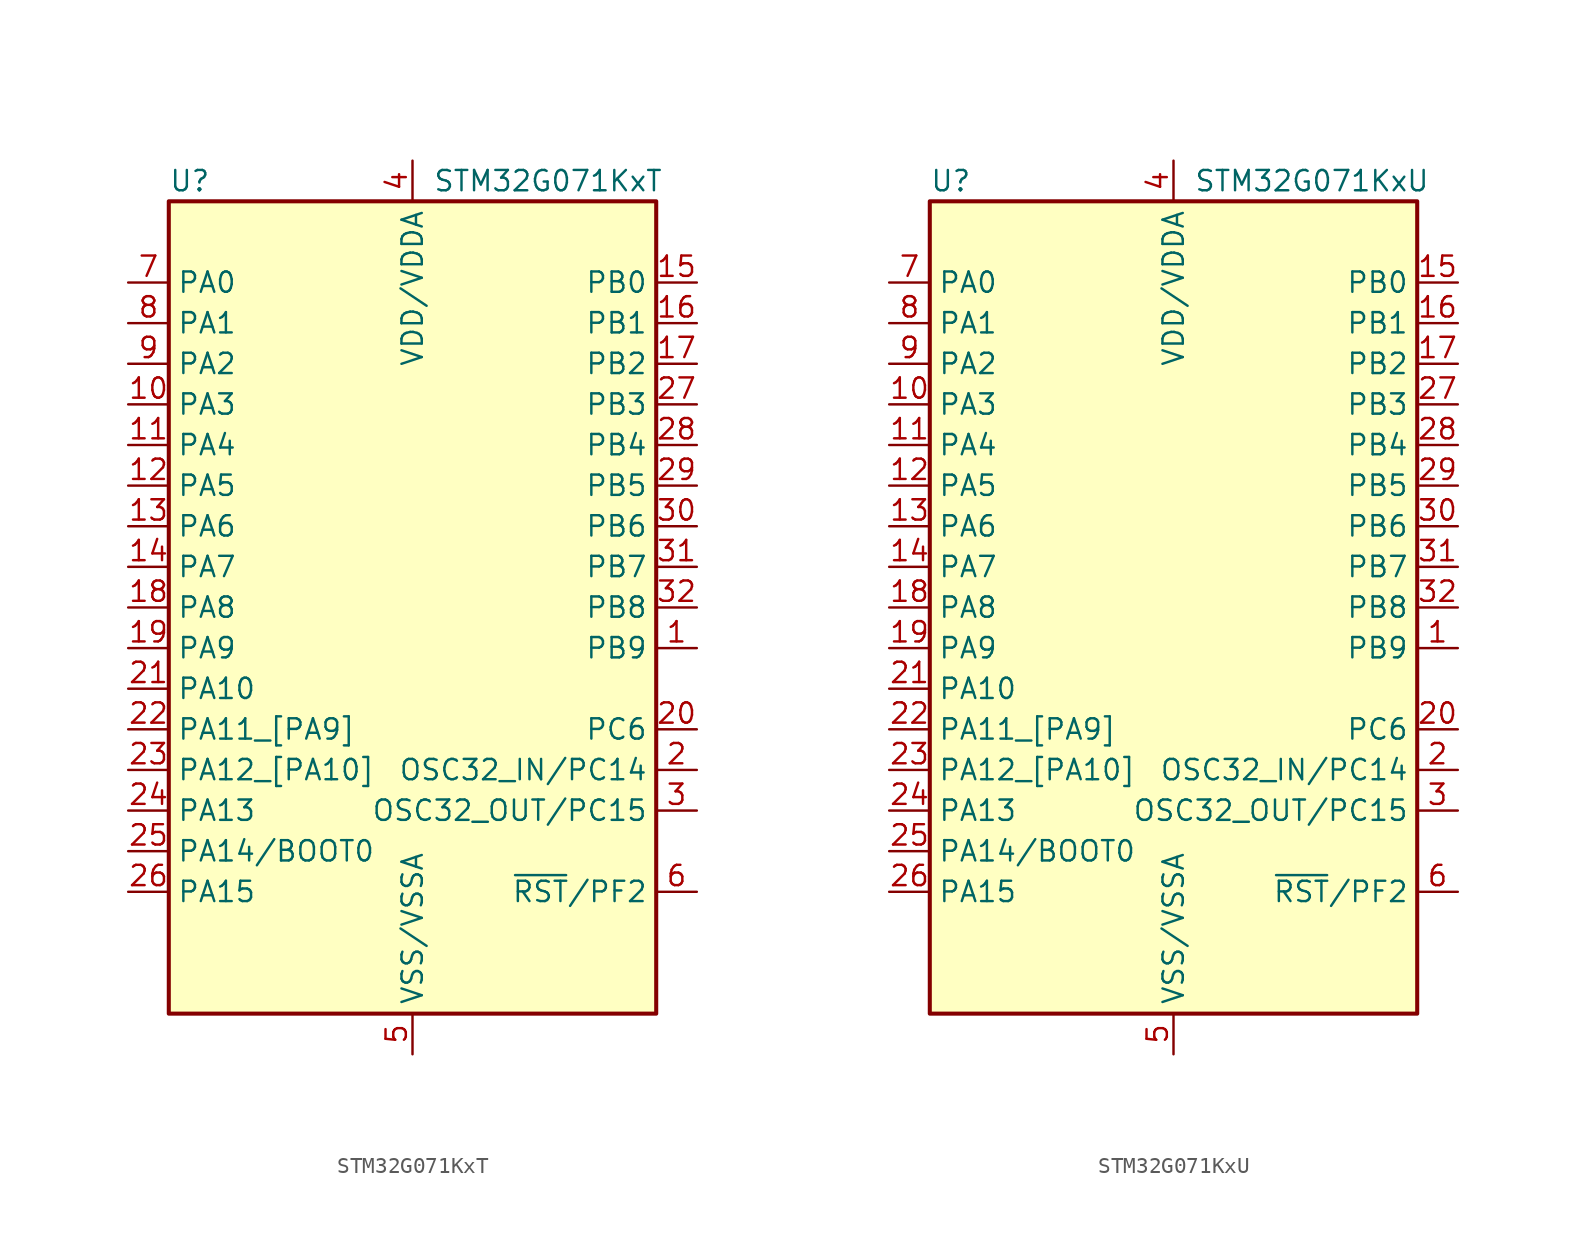
<source format=kicad_sym>
(kicad_symbol_lib
  (version 20211014)
  (generator kicad_symbol_editor)
  (symbol "STM32G071KxT"
    (property "Reference" "U"
      (at -15.24 26.67 0)
      (effects (font (size 1.27 1.27)) (justify left)))
    (property "Value" "STM32G071KxT"
      (at 1.27 26.67 0)
      (effects (font (size 1.27 1.27)) (justify left)))
    (symbol "STM32G071KxT_0_1"
      (rectangle (start -15.24 -25.4) (end 15.24 25.4) (stroke (width 0.254) (type default) (color 0 0 0 0)) (fill (type background))))
    (symbol "STM32G071KxT_1_1"
      (pin bidirectional line (at 17.78 -2.54 180) (length 2.54) (name "PB9" (effects (font (size 1.27 1.27)))) (number "1" (effects (font (size 1.27 1.27)))))
      (pin bidirectional line (at -17.78 12.7 0) (length 2.54) (name "PA3" (effects (font (size 1.27 1.27)))) (number "10" (effects (font (size 1.27 1.27)))))
      (pin bidirectional line (at -17.78 10.16 0) (length 2.54) (name "PA4" (effects (font (size 1.27 1.27)))) (number "11" (effects (font (size 1.27 1.27)))))
      (pin bidirectional line (at -17.78 7.62 0) (length 2.54) (name "PA5" (effects (font (size 1.27 1.27)))) (number "12" (effects (font (size 1.27 1.27)))))
      (pin bidirectional line (at -17.78 5.08 0) (length 2.54) (name "PA6" (effects (font (size 1.27 1.27)))) (number "13" (effects (font (size 1.27 1.27)))))
      (pin bidirectional line (at -17.78 2.54 0) (length 2.54) (name "PA7" (effects (font (size 1.27 1.27)))) (number "14" (effects (font (size 1.27 1.27)))))
      (pin bidirectional line (at 17.78 20.32 180) (length 2.54) (name "PB0" (effects (font (size 1.27 1.27)))) (number "15" (effects (font (size 1.27 1.27)))))
      (pin bidirectional line (at 17.78 17.78 180) (length 2.54) (name "PB1" (effects (font (size 1.27 1.27)))) (number "16" (effects (font (size 1.27 1.27)))))
      (pin bidirectional line (at 17.78 15.24 180) (length 2.54) (name "PB2" (effects (font (size 1.27 1.27)))) (number "17" (effects (font (size 1.27 1.27)))))
      (pin bidirectional line (at -17.78 0 0) (length 2.54) (name "PA8" (effects (font (size 1.27 1.27)))) (number "18" (effects (font (size 1.27 1.27)))))
      (pin bidirectional line (at -17.78 -2.54 0) (length 2.54) (name "PA9" (effects (font (size 1.27 1.27)))) (number "19" (effects (font (size 1.27 1.27)))))
      (pin bidirectional line (at 17.78 -10.16 180) (length 2.54) (name "OSC32_IN/PC14" (effects (font (size 1.27 1.27)))) (number "2" (effects (font (size 1.27 1.27)))))
      (pin bidirectional line (at 17.78 -7.62 180) (length 2.54) (name "PC6" (effects (font (size 1.27 1.27)))) (number "20" (effects (font (size 1.27 1.27)))))
      (pin bidirectional line (at -17.78 -5.08 0) (length 2.54) (name "PA10" (effects (font (size 1.27 1.27)))) (number "21" (effects (font (size 1.27 1.27)))))
      (pin bidirectional line (at -17.78 -7.62 0) (length 2.54) (name "PA11_[PA9]" (effects (font (size 1.27 1.27)))) (number "22" (effects (font (size 1.27 1.27)))))
      (pin bidirectional line (at -17.78 -10.16 0) (length 2.54) (name "PA12_[PA10]" (effects (font (size 1.27 1.27)))) (number "23" (effects (font (size 1.27 1.27)))))
      (pin bidirectional line (at -17.78 -12.7 0) (length 2.54) (name "PA13" (effects (font (size 1.27 1.27)))) (number "24" (effects (font (size 1.27 1.27)))))
      (pin bidirectional line (at -17.78 -15.24 0) (length 2.54) (name "PA14/BOOT0" (effects (font (size 1.27 1.27)))) (number "25" (effects (font (size 1.27 1.27)))))
      (pin bidirectional line (at -17.78 -17.78 0) (length 2.54) (name "PA15" (effects (font (size 1.27 1.27)))) (number "26" (effects (font (size 1.27 1.27)))))
      (pin bidirectional line (at 17.78 12.7 180) (length 2.54) (name "PB3" (effects (font (size 1.27 1.27)))) (number "27" (effects (font (size 1.27 1.27)))))
      (pin bidirectional line (at 17.78 10.16 180) (length 2.54) (name "PB4" (effects (font (size 1.27 1.27)))) (number "28" (effects (font (size 1.27 1.27)))))
      (pin bidirectional line (at 17.78 7.62 180) (length 2.54) (name "PB5" (effects (font (size 1.27 1.27)))) (number "29" (effects (font (size 1.27 1.27)))))
      (pin bidirectional line (at 17.78 -12.7 180) (length 2.54) (name "OSC32_OUT/PC15" (effects (font (size 1.27 1.27)))) (number "3" (effects (font (size 1.27 1.27)))))
      (pin bidirectional line (at 17.78 5.08 180) (length 2.54) (name "PB6" (effects (font (size 1.27 1.27)))) (number "30" (effects (font (size 1.27 1.27)))))
      (pin bidirectional line (at 17.78 2.54 180) (length 2.54) (name "PB7" (effects (font (size 1.27 1.27)))) (number "31" (effects (font (size 1.27 1.27)))))
      (pin bidirectional line (at 17.78 0 180) (length 2.54) (name "PB8" (effects (font (size 1.27 1.27)))) (number "32" (effects (font (size 1.27 1.27)))))
      (pin power_in line (at 0 27.94 270) (length 2.54) (name "VDD/VDDA" (effects (font (size 1.27 1.27)))) (number "4" (effects (font (size 1.27 1.27)))))
      (pin power_in line (at 0 -27.94 90) (length 2.54) (name "VSS/VSSA" (effects (font (size 1.27 1.27)))) (number "5" (effects (font (size 1.27 1.27)))))
      (pin bidirectional line (at 17.78 -17.78 180) (length 2.54) (name "~{RST}/PF2" (effects (font (size 1.27 1.27)))) (number "6" (effects (font (size 1.27 1.27)))))
      (pin bidirectional line (at -17.78 20.32 0) (length 2.54) (name "PA0" (effects (font (size 1.27 1.27)))) (number "7" (effects (font (size 1.27 1.27)))))
      (pin bidirectional line (at -17.78 17.78 0) (length 2.54) (name "PA1" (effects (font (size 1.27 1.27)))) (number "8" (effects (font (size 1.27 1.27)))))
      (pin bidirectional line (at -17.78 15.24 0) (length 2.54) (name "PA2" (effects (font (size 1.27 1.27)))) (number "9" (effects (font (size 1.27 1.27)))))))
  (symbol "STM32G071KxU"
    (property "Reference" "U"
      (at -15.24 26.67 0)
      (effects (font (size 1.27 1.27)) (justify left)))
    (property "Value" "STM32G071KxU"
      (at 1.27 26.67 0)
      (effects (font (size 1.27 1.27)) (justify left)))
    (symbol "STM32G071KxU_0_1"
      (rectangle (start -15.24 -25.4) (end 15.24 25.4) (stroke (width 0.254) (type default) (color 0 0 0 0)) (fill (type background))))
    (symbol "STM32G071KxU_1_1"
      (pin bidirectional line (at 17.78 -2.54 180) (length 2.54) (name "PB9" (effects (font (size 1.27 1.27)))) (number "1" (effects (font (size 1.27 1.27)))))
      (pin bidirectional line (at -17.78 12.7 0) (length 2.54) (name "PA3" (effects (font (size 1.27 1.27)))) (number "10" (effects (font (size 1.27 1.27)))))
      (pin bidirectional line (at -17.78 10.16 0) (length 2.54) (name "PA4" (effects (font (size 1.27 1.27)))) (number "11" (effects (font (size 1.27 1.27)))))
      (pin bidirectional line (at -17.78 7.62 0) (length 2.54) (name "PA5" (effects (font (size 1.27 1.27)))) (number "12" (effects (font (size 1.27 1.27)))))
      (pin bidirectional line (at -17.78 5.08 0) (length 2.54) (name "PA6" (effects (font (size 1.27 1.27)))) (number "13" (effects (font (size 1.27 1.27)))))
      (pin bidirectional line (at -17.78 2.54 0) (length 2.54) (name "PA7" (effects (font (size 1.27 1.27)))) (number "14" (effects (font (size 1.27 1.27)))))
      (pin bidirectional line (at 17.78 20.32 180) (length 2.54) (name "PB0" (effects (font (size 1.27 1.27)))) (number "15" (effects (font (size 1.27 1.27)))))
      (pin bidirectional line (at 17.78 17.78 180) (length 2.54) (name "PB1" (effects (font (size 1.27 1.27)))) (number "16" (effects (font (size 1.27 1.27)))))
      (pin bidirectional line (at 17.78 15.24 180) (length 2.54) (name "PB2" (effects (font (size 1.27 1.27)))) (number "17" (effects (font (size 1.27 1.27)))))
      (pin bidirectional line (at -17.78 0 0) (length 2.54) (name "PA8" (effects (font (size 1.27 1.27)))) (number "18" (effects (font (size 1.27 1.27)))))
      (pin bidirectional line (at -17.78 -2.54 0) (length 2.54) (name "PA9" (effects (font (size 1.27 1.27)))) (number "19" (effects (font (size 1.27 1.27)))))
      (pin bidirectional line (at 17.78 -10.16 180) (length 2.54) (name "OSC32_IN/PC14" (effects (font (size 1.27 1.27)))) (number "2" (effects (font (size 1.27 1.27)))))
      (pin bidirectional line (at 17.78 -7.62 180) (length 2.54) (name "PC6" (effects (font (size 1.27 1.27)))) (number "20" (effects (font (size 1.27 1.27)))))
      (pin bidirectional line (at -17.78 -5.08 0) (length 2.54) (name "PA10" (effects (font (size 1.27 1.27)))) (number "21" (effects (font (size 1.27 1.27)))))
      (pin bidirectional line (at -17.78 -7.62 0) (length 2.54) (name "PA11_[PA9]" (effects (font (size 1.27 1.27)))) (number "22" (effects (font (size 1.27 1.27)))))
      (pin bidirectional line (at -17.78 -10.16 0) (length 2.54) (name "PA12_[PA10]" (effects (font (size 1.27 1.27)))) (number "23" (effects (font (size 1.27 1.27)))))
      (pin bidirectional line (at -17.78 -12.7 0) (length 2.54) (name "PA13" (effects (font (size 1.27 1.27)))) (number "24" (effects (font (size 1.27 1.27)))))
      (pin bidirectional line (at -17.78 -15.24 0) (length 2.54) (name "PA14/BOOT0" (effects (font (size 1.27 1.27)))) (number "25" (effects (font (size 1.27 1.27)))))
      (pin bidirectional line (at -17.78 -17.78 0) (length 2.54) (name "PA15" (effects (font (size 1.27 1.27)))) (number "26" (effects (font (size 1.27 1.27)))))
      (pin bidirectional line (at 17.78 12.7 180) (length 2.54) (name "PB3" (effects (font (size 1.27 1.27)))) (number "27" (effects (font (size 1.27 1.27)))))
      (pin bidirectional line (at 17.78 10.16 180) (length 2.54) (name "PB4" (effects (font (size 1.27 1.27)))) (number "28" (effects (font (size 1.27 1.27)))))
      (pin bidirectional line (at 17.78 7.62 180) (length 2.54) (name "PB5" (effects (font (size 1.27 1.27)))) (number "29" (effects (font (size 1.27 1.27)))))
      (pin bidirectional line (at 17.78 -12.7 180) (length 2.54) (name "OSC32_OUT/PC15" (effects (font (size 1.27 1.27)))) (number "3" (effects (font (size 1.27 1.27)))))
      (pin bidirectional line (at 17.78 5.08 180) (length 2.54) (name "PB6" (effects (font (size 1.27 1.27)))) (number "30" (effects (font (size 1.27 1.27)))))
      (pin bidirectional line (at 17.78 2.54 180) (length 2.54) (name "PB7" (effects (font (size 1.27 1.27)))) (number "31" (effects (font (size 1.27 1.27)))))
      (pin bidirectional line (at 17.78 0 180) (length 2.54) (name "PB8" (effects (font (size 1.27 1.27)))) (number "32" (effects (font (size 1.27 1.27)))))
      (pin passive line (at 0 -27.94 90) (length 2.54) hide (name "VSS/VSSA" (effects (font (size 1.27 1.27)))) (number "33" (effects (font (size 1.27 1.27)))))
      (pin power_in line (at 0 27.94 270) (length 2.54) (name "VDD/VDDA" (effects (font (size 1.27 1.27)))) (number "4" (effects (font (size 1.27 1.27)))))
      (pin power_in line (at 0 -27.94 90) (length 2.54) (name "VSS/VSSA" (effects (font (size 1.27 1.27)))) (number "5" (effects (font (size 1.27 1.27)))))
      (pin bidirectional line (at 17.78 -17.78 180) (length 2.54) (name "~{RST}/PF2" (effects (font (size 1.27 1.27)))) (number "6" (effects (font (size 1.27 1.27)))))
      (pin bidirectional line (at -17.78 20.32 0) (length 2.54) (name "PA0" (effects (font (size 1.27 1.27)))) (number "7" (effects (font (size 1.27 1.27)))))
      (pin bidirectional line (at -17.78 17.78 0) (length 2.54) (name "PA1" (effects (font (size 1.27 1.27)))) (number "8" (effects (font (size 1.27 1.27)))))
      (pin bidirectional line (at -17.78 15.24 0) (length 2.54) (name "PA2" (effects (font (size 1.27 1.27)))) (number "9" (effects (font (size 1.27 1.27))))))))
</source>
